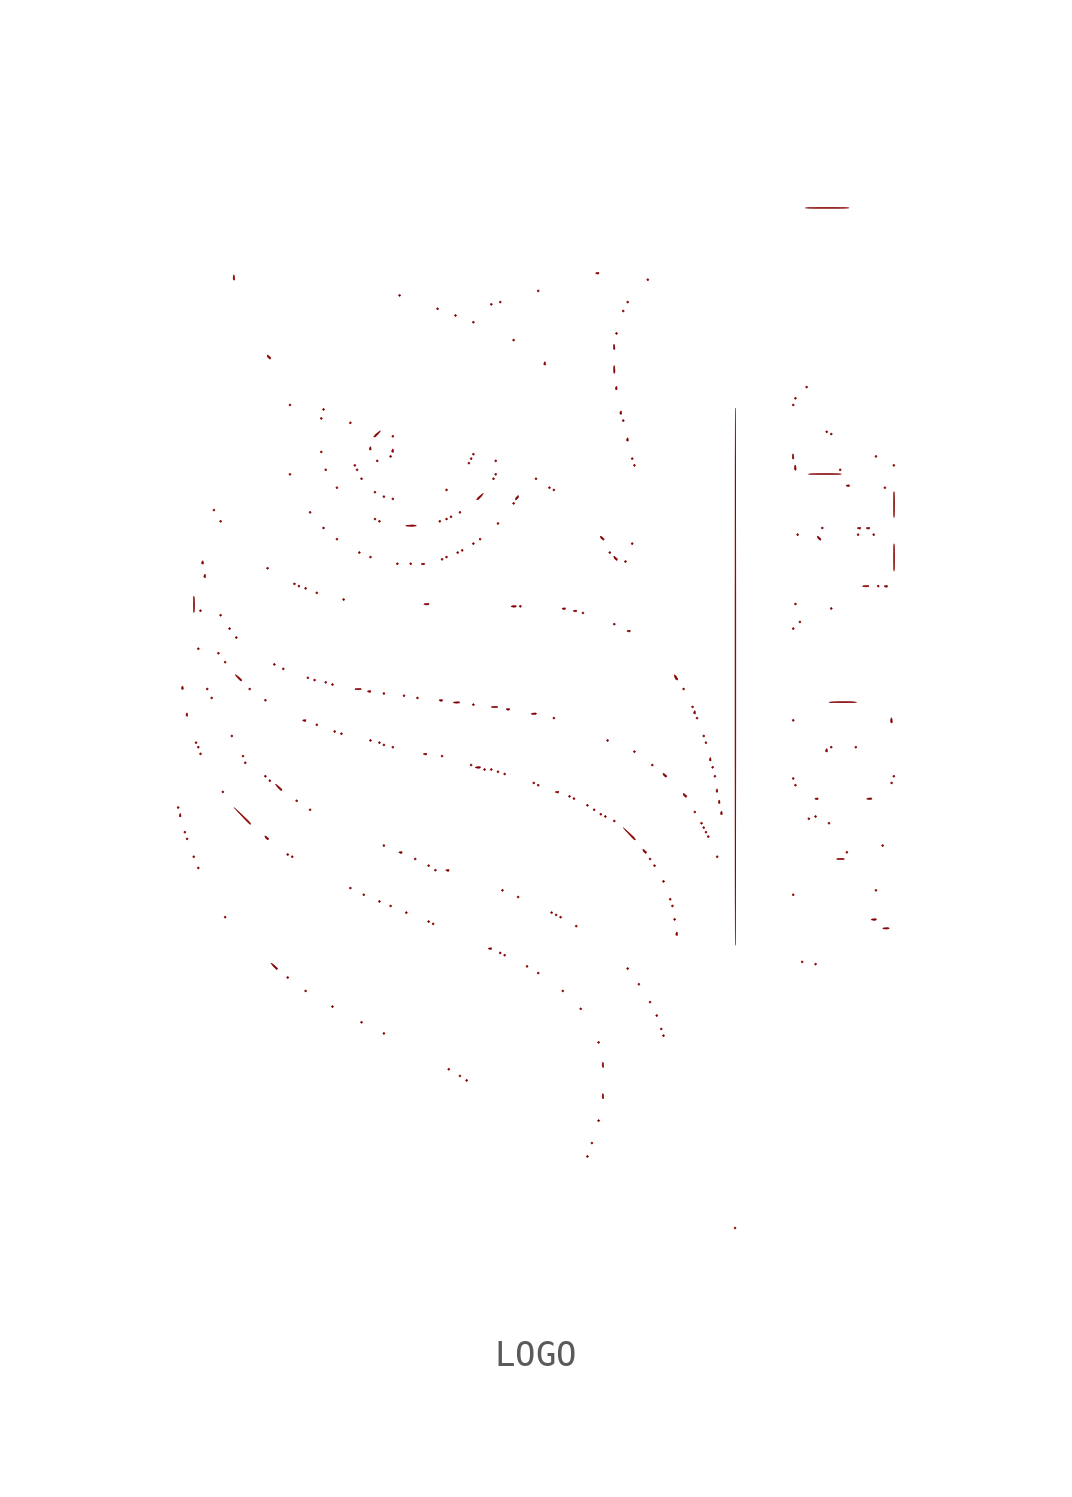
<source format=kicad_sym>
(kicad_symbol_lib
  (version 20220914)
  (generator "bitmap2component")
  (generator_version "9.0")
  (symbol "LOGO"
    (pin_names
      (offset 1.016))
    (property "Reference" "#G"
      (at 0 21.027 0)
      (effects (font (size 1.27 1.27)) hide))
    (symbol "LOGO_0_0"
      (polyline (pts (xy 4.587 -20.345) (xy 4.545 -20.303) (xy 4.502 -20.345) (xy 4.545 -20.388) (xy 4.587 -20.345)) (stroke (width 0.01) (type default)) (fill (type outline)))
      (polyline (pts (xy -1.019 -17.627) (xy -1.062 -17.585) (xy -1.104 -17.627) (xy -1.062 -17.669) (xy -1.019 -17.627)) (stroke (width 0.01) (type default)) (fill (type outline)))
      (polyline (pts (xy -0.85 -17.117) (xy -0.892 -17.075) (xy -0.934 -17.117) (xy -0.892 -17.16) (xy -0.85 -17.117)) (stroke (width 0.01) (type default)) (fill (type outline)))
      (polyline (pts (xy -0.595 -16.268) (xy -0.637 -16.225) (xy -0.68 -16.268) (xy -0.637 -16.31) (xy -0.595 -16.268)) (stroke (width 0.01) (type default)) (fill (type outline)))
      (polyline (pts (xy 4.558 -9.537) (xy 4.56 -9.312) (xy 4.562 -8.928) (xy 4.564 -8.38) (xy 4.566 -7.667) (xy 4.566 -7.524) (xy 4.57 -6.08) (xy 4.572 -4.503) (xy 4.574 -2.827) (xy 4.575 -1.085) (xy 4.575 0.688) (xy 4.575 2.46) (xy 4.574 4.196) (xy 4.572 5.863) (xy 4.569 7.428) (xy 4.566 8.856) (xy 4.566 8.92) (xy 4.564 9.62) (xy 4.562 10.154) (xy 4.56 10.525) (xy 4.558 10.738) (xy 4.556 10.794) (xy 4.554 10.698) (xy 4.553 10.454) (xy 4.551 10.064) (xy 4.55 9.533) (xy 4.548 8.863) (xy 4.547 8.058) (xy 4.546 7.122) (xy 4.545 6.059) (xy 4.545 4.87) (xy 4.544 3.561) (xy 4.544 2.135) (xy 4.544 0.595) (xy 4.544 0.466) (xy 4.544 -1.065) (xy 4.544 -2.482) (xy 4.545 -3.781) (xy 4.545 -4.96) (xy 4.546 -6.013) (xy 4.547 -6.939) (xy 4.548 -7.732) (xy 4.55 -8.391) (xy 4.551 -8.911) (xy 4.553 -9.29) (xy 4.554 -9.522) (xy 4.556 -9.606) (xy 4.558 -9.537)) (stroke (width 0.01) (type default)) (fill (type outline)))
      (polyline (pts (xy -0.442 -15.408) (xy -0.452 -15.275) (xy -0.482 -15.236) (xy -0.503 -15.326) (xy -0.497 -15.412) (xy -0.458 -15.438) (xy -0.442 -15.408)) (stroke (width 0.01) (type default)) (fill (type outline)))
      (polyline (pts (xy -5.607 -14.739) (xy -5.649 -14.696) (xy -5.692 -14.739) (xy -5.649 -14.781) (xy -5.607 -14.739)) (stroke (width 0.01) (type default)) (fill (type outline)))
      (polyline (pts (xy -5.862 -14.569) (xy -5.904 -14.526) (xy -5.947 -14.569) (xy -5.904 -14.611) (xy -5.862 -14.569)) (stroke (width 0.01) (type default)) (fill (type outline)))
      (polyline (pts (xy -6.286 -14.314) (xy -6.329 -14.271) (xy -6.371 -14.314) (xy -6.329 -14.357) (xy -6.286 -14.314)) (stroke (width 0.01) (type default)) (fill (type outline)))
      (polyline (pts (xy -0.442 -14.219) (xy -0.452 -14.086) (xy -0.482 -14.046) (xy -0.503 -14.137) (xy -0.497 -14.223) (xy -0.458 -14.248) (xy -0.442 -14.219)) (stroke (width 0.01) (type default)) (fill (type outline)))
      (polyline (pts (xy -0.595 -13.295) (xy -0.637 -13.252) (xy -0.68 -13.295) (xy -0.637 -13.337) (xy -0.595 -13.295)) (stroke (width 0.01) (type default)) (fill (type outline)))
      (polyline (pts (xy 1.869 -13.04) (xy 1.826 -12.997) (xy 1.784 -13.04) (xy 1.826 -13.082) (xy 1.869 -13.04)) (stroke (width 0.01) (type default)) (fill (type outline)))
      (polyline (pts (xy -8.75 -12.955) (xy -8.792 -12.912) (xy -8.835 -12.955) (xy -8.792 -12.997) (xy -8.75 -12.955)) (stroke (width 0.01) (type default)) (fill (type outline)))
      (polyline (pts (xy 1.784 -12.785) (xy 1.741 -12.742) (xy 1.699 -12.785) (xy 1.741 -12.827) (xy 1.784 -12.785)) (stroke (width 0.01) (type default)) (fill (type outline)))
      (polyline (pts (xy -9.599 -12.53) (xy -9.642 -12.488) (xy -9.684 -12.53) (xy -9.642 -12.572) (xy -9.599 -12.53)) (stroke (width 0.01) (type default)) (fill (type outline)))
      (polyline (pts (xy 1.614 -12.275) (xy 1.571 -12.233) (xy 1.529 -12.275) (xy 1.571 -12.318) (xy 1.614 -12.275)) (stroke (width 0.01) (type default)) (fill (type outline)))
      (polyline (pts (xy -1.274 -12.02) (xy -1.317 -11.978) (xy -1.359 -12.02) (xy -1.317 -12.063) (xy -1.274 -12.02)) (stroke (width 0.01) (type default)) (fill (type outline)))
      (polyline (pts (xy -10.704 -11.935) (xy -10.746 -11.893) (xy -10.789 -11.935) (xy -10.746 -11.978) (xy -10.704 -11.935)) (stroke (width 0.01) (type default)) (fill (type outline)))
      (polyline (pts (xy 1.359 -11.765) (xy 1.317 -11.723) (xy 1.274 -11.765) (xy 1.317 -11.808) (xy 1.359 -11.765)) (stroke (width 0.01) (type default)) (fill (type outline)))
      (polyline (pts (xy -11.723 -11.341) (xy -11.766 -11.298) (xy -11.808 -11.341) (xy -11.766 -11.383) (xy -11.723 -11.341)) (stroke (width 0.01) (type default)) (fill (type outline)))
      (polyline (pts (xy -1.954 -11.341) (xy -1.996 -11.298) (xy -2.039 -11.341) (xy -1.996 -11.383) (xy -1.954 -11.341)) (stroke (width 0.01) (type default)) (fill (type outline)))
      (polyline (pts (xy 0.934 -11.086) (xy 0.892 -11.043) (xy 0.85 -11.086) (xy 0.892 -11.128) (xy 0.934 -11.086)) (stroke (width 0.01) (type default)) (fill (type outline)))
      (polyline (pts (xy -12.403 -10.831) (xy -12.445 -10.789) (xy -12.488 -10.831) (xy -12.445 -10.873) (xy -12.403 -10.831)) (stroke (width 0.01) (type default)) (fill (type outline)))
      (polyline (pts (xy -2.888 -10.661) (xy -2.931 -10.619) (xy -2.973 -10.661) (xy -2.931 -10.704) (xy -2.888 -10.661)) (stroke (width 0.01) (type default)) (fill (type outline)))
      (polyline (pts (xy -12.828 -10.502) (xy -12.858 -10.458) (xy -12.976 -10.353) (xy -13.038 -10.306) (xy -13.082 -10.284) (xy -13.008 -10.385) (xy -12.982 -10.418) (xy -12.869 -10.527) (xy -12.828 -10.502)) (stroke (width 0.01) (type default)) (fill (type outline)))
      (polyline (pts (xy 0.51 -10.491) (xy 0.467 -10.449) (xy 0.425 -10.491) (xy 0.467 -10.534) (xy 0.51 -10.491)) (stroke (width 0.01) (type default)) (fill (type outline)))
      (polyline (pts (xy -3.313 -10.406) (xy -3.356 -10.364) (xy -3.398 -10.406) (xy -3.356 -10.449) (xy -3.313 -10.406)) (stroke (width 0.01) (type default)) (fill (type outline)))
      (polyline (pts (xy 7.645 -10.321) (xy 7.603 -10.279) (xy 7.561 -10.321) (xy 7.603 -10.364) (xy 7.645 -10.321)) (stroke (width 0.01) (type default)) (fill (type outline)))
      (polyline (pts (xy 7.136 -10.236) (xy 7.093 -10.194) (xy 7.051 -10.236) (xy 7.093 -10.279) (xy 7.136 -10.236)) (stroke (width 0.01) (type default)) (fill (type outline)))
      (polyline (pts (xy -4.163 -9.982) (xy -4.205 -9.939) (xy -4.247 -9.982) (xy -4.205 -10.024) (xy -4.163 -9.982)) (stroke (width 0.01) (type default)) (fill (type outline)))
      (polyline (pts (xy -4.332 -9.897) (xy -4.375 -9.854) (xy -4.417 -9.897) (xy -4.375 -9.939) (xy -4.332 -9.897)) (stroke (width 0.01) (type default)) (fill (type outline)))
      (polyline (pts (xy -4.712 -9.763) (xy -4.701 -9.713) (xy -4.713 -9.702) (xy -4.814 -9.713) (xy -4.827 -9.738) (xy -4.757 -9.769) (xy -4.712 -9.763)) (stroke (width 0.01) (type default)) (fill (type outline)))
      (polyline (pts (xy 2.36 -9.219) (xy 2.35 -9.118) (xy 2.325 -9.105) (xy 2.294 -9.175) (xy 2.3 -9.22) (xy 2.35 -9.231) (xy 2.36 -9.219)) (stroke (width 0.01) (type default)) (fill (type outline)))
      (polyline (pts (xy 10.396 -8.979) (xy 10.385 -8.948) (xy 10.347 -8.937) (xy 10.173 -8.948) (xy 10.158 -8.978) (xy 10.279 -8.991) (xy 10.396 -8.979)) (stroke (width 0.01) (type default)) (fill (type outline)))
      (polyline (pts (xy -1.444 -8.877) (xy -1.487 -8.835) (xy -1.529 -8.877) (xy -1.487 -8.92) (xy -1.444 -8.877)) (stroke (width 0.01) (type default)) (fill (type outline)))
      (polyline (pts (xy -6.881 -8.792) (xy -6.923 -8.75) (xy -6.966 -8.792) (xy -6.923 -8.835) (xy -6.881 -8.792)) (stroke (width 0.01) (type default)) (fill (type outline)))
      (polyline (pts (xy -7.051 -8.707) (xy -7.093 -8.665) (xy -7.136 -8.707) (xy -7.093 -8.75) (xy -7.051 -8.707)) (stroke (width 0.01) (type default)) (fill (type outline)))
      (polyline (pts (xy 2.294 -8.622) (xy 2.251 -8.58) (xy 2.209 -8.622) (xy 2.251 -8.665) (xy 2.294 -8.622)) (stroke (width 0.01) (type default)) (fill (type outline)))
      (polyline (pts (xy 9.891 -8.652) (xy 9.916 -8.614) (xy 9.886 -8.597) (xy 9.753 -8.607) (xy 9.714 -8.637) (xy 9.805 -8.658) (xy 9.891 -8.652)) (stroke (width 0.01) (type default)) (fill (type outline)))
      (polyline (pts (xy -14.781 -8.537) (xy -14.824 -8.495) (xy -14.866 -8.537) (xy -14.824 -8.58) (xy -14.781 -8.537)) (stroke (width 0.01) (type default)) (fill (type outline)))
      (polyline (pts (xy -2.039 -8.537) (xy -2.081 -8.495) (xy -2.124 -8.537) (xy -2.081 -8.58) (xy -2.039 -8.537)) (stroke (width 0.01) (type default)) (fill (type outline)))
      (polyline (pts (xy -2.209 -8.453) (xy -2.251 -8.41) (xy -2.294 -8.453) (xy -2.251 -8.495) (xy -2.209 -8.453)) (stroke (width 0.01) (type default)) (fill (type outline)))
      (polyline (pts (xy -7.9 -8.367) (xy -7.943 -8.325) (xy -7.985 -8.367) (xy -7.943 -8.41) (xy -7.9 -8.367)) (stroke (width 0.01) (type default)) (fill (type outline)))
      (polyline (pts (xy -2.379 -8.367) (xy -2.421 -8.325) (xy -2.464 -8.367) (xy -2.421 -8.41) (xy -2.379 -8.367)) (stroke (width 0.01) (type default)) (fill (type outline)))
      (polyline (pts (xy -8.495 -8.113) (xy -8.537 -8.07) (xy -8.58 -8.113) (xy -8.537 -8.155) (xy -8.495 -8.113)) (stroke (width 0.01) (type default)) (fill (type outline)))
      (polyline (pts (xy 2.209 -8.113) (xy 2.166 -8.07) (xy 2.124 -8.113) (xy 2.166 -8.155) (xy 2.209 -8.113)) (stroke (width 0.01) (type default)) (fill (type outline)))
      (polyline (pts (xy -8.92 -7.943) (xy -8.962 -7.9) (xy -9.005 -7.943) (xy -8.962 -7.985) (xy -8.92 -7.943)) (stroke (width 0.01) (type default)) (fill (type outline)))
      (polyline (pts (xy 2.124 -7.858) (xy 2.081 -7.815) (xy 2.039 -7.858) (xy 2.081 -7.9) (xy 2.124 -7.858)) (stroke (width 0.01) (type default)) (fill (type outline)))
      (polyline (pts (xy -3.653 -7.773) (xy -3.695 -7.73) (xy -3.738 -7.773) (xy -3.695 -7.815) (xy -3.653 -7.773)) (stroke (width 0.01) (type default)) (fill (type outline)))
      (polyline (pts (xy -9.514 -7.688) (xy -9.557 -7.645) (xy -9.599 -7.688) (xy -9.557 -7.73) (xy -9.514 -7.688)) (stroke (width 0.01) (type default)) (fill (type outline)))
      (polyline (pts (xy 6.796 -7.688) (xy 6.753 -7.645) (xy 6.711 -7.688) (xy 6.753 -7.73) (xy 6.796 -7.688)) (stroke (width 0.01) (type default)) (fill (type outline)))
      (polyline (pts (xy -4.247 -7.518) (xy -4.29 -7.476) (xy -4.332 -7.518) (xy -4.29 -7.561) (xy -4.247 -7.518)) (stroke (width 0.01) (type default)) (fill (type outline)))
      (polyline (pts (xy 9.939 -7.518) (xy 9.897 -7.476) (xy 9.854 -7.518) (xy 9.897 -7.561) (xy 9.939 -7.518)) (stroke (width 0.01) (type default)) (fill (type outline)))
      (polyline (pts (xy -10.024 -7.433) (xy -10.067 -7.391) (xy -10.109 -7.433) (xy -10.067 -7.476) (xy -10.024 -7.433)) (stroke (width 0.01) (type default)) (fill (type outline)))
      (polyline (pts (xy 1.869 -7.178) (xy 1.826 -7.136) (xy 1.784 -7.178) (xy 1.826 -7.221) (xy 1.869 -7.178)) (stroke (width 0.01) (type default)) (fill (type outline)))
      (polyline (pts (xy -6.796 -6.753) (xy -6.838 -6.711) (xy -6.881 -6.753) (xy -6.838 -6.796) (xy -6.796 -6.753)) (stroke (width 0.01) (type default)) (fill (type outline)))
      (polyline (pts (xy -6.326 -6.79) (xy -6.315 -6.739) (xy -6.327 -6.729) (xy -6.428 -6.739) (xy -6.441 -6.765) (xy -6.371 -6.796) (xy -6.326 -6.79)) (stroke (width 0.01) (type default)) (fill (type outline)))
      (polyline (pts (xy -15.801 -6.668) (xy -15.843 -6.626) (xy -15.886 -6.668) (xy -15.843 -6.711) (xy -15.801 -6.668)) (stroke (width 0.01) (type default)) (fill (type outline)))
      (polyline (pts (xy -7.051 -6.584) (xy -7.093 -6.541) (xy -7.136 -6.584) (xy -7.093 -6.626) (xy -7.051 -6.584)) (stroke (width 0.01) (type default)) (fill (type outline)))
      (polyline (pts (xy 1.529 -6.584) (xy 1.487 -6.541) (xy 1.444 -6.584) (xy 1.487 -6.626) (xy 1.529 -6.584)) (stroke (width 0.01) (type default)) (fill (type outline)))
      (polyline (pts (xy -7.561 -6.329) (xy -7.603 -6.286) (xy -7.646 -6.329) (xy -7.603 -6.371) (xy -7.561 -6.329)) (stroke (width 0.01) (type default)) (fill (type outline)))
      (polyline (pts (xy 1.359 -6.329) (xy 1.317 -6.286) (xy 1.274 -6.329) (xy 1.317 -6.371) (xy 1.359 -6.329)) (stroke (width 0.01) (type default)) (fill (type outline)))
      (polyline (pts (xy 8.691 -6.343) (xy 8.688 -6.316) (xy 8.618 -6.3) (xy 8.433 -6.312) (xy 8.418 -6.316) (xy 8.406 -6.342) (xy 8.537 -6.355) (xy 8.557 -6.355) (xy 8.691 -6.343)) (stroke (width 0.01) (type default)) (fill (type outline)))
      (polyline (pts (xy -15.971 -6.244) (xy -16.013 -6.201) (xy -16.056 -6.244) (xy -16.013 -6.286) (xy -15.971 -6.244)) (stroke (width 0.01) (type default)) (fill (type outline)))
      (polyline (pts (xy -12.233 -6.244) (xy -12.275 -6.201) (xy -12.318 -6.244) (xy -12.275 -6.286) (xy -12.233 -6.244)) (stroke (width 0.01) (type default)) (fill (type outline)))
      (polyline (pts (xy 3.908 -6.244) (xy 3.865 -6.201) (xy 3.823 -6.244) (xy 3.865 -6.286) (xy 3.908 -6.244)) (stroke (width 0.01) (type default)) (fill (type outline)))
      (polyline (pts (xy -12.403 -6.159) (xy -12.445 -6.116) (xy -12.488 -6.159) (xy -12.445 -6.201) (xy -12.403 -6.159)) (stroke (width 0.01) (type default)) (fill (type outline)))
      (polyline (pts (xy -8.11 -6.11) (xy -8.099 -6.06) (xy -8.111 -6.05) (xy -8.212 -6.06) (xy -8.225 -6.085) (xy -8.155 -6.116) (xy -8.11 -6.11)) (stroke (width 0.01) (type default)) (fill (type outline)))
      (polyline (pts (xy 1.164 -6.115) (xy 1.182 -6.066) (xy 1.091 -5.981) (xy 1.044 -5.96) (xy 1.054 -6.018) (xy 1.08 -6.056) (xy 1.152 -6.116) (xy 1.164 -6.115)) (stroke (width 0.01) (type default)) (fill (type outline)))
      (polyline (pts (xy 8.835 -6.074) (xy 8.792 -6.031) (xy 8.75 -6.074) (xy 8.792 -6.116) (xy 8.835 -6.074)) (stroke (width 0.01) (type default)) (fill (type outline)))
      (polyline (pts (xy -8.75 -5.819) (xy -8.792 -5.777) (xy -8.835 -5.819) (xy -8.792 -5.862) (xy -8.75 -5.819)) (stroke (width 0.01) (type default)) (fill (type outline)))
      (polyline (pts (xy 10.194 -5.819) (xy 10.152 -5.777) (xy 10.109 -5.819) (xy 10.152 -5.862) (xy 10.194 -5.819)) (stroke (width 0.01) (type default)) (fill (type outline)))
      (polyline (pts (xy -16.226 -5.564) (xy -16.268 -5.522) (xy -16.31 -5.564) (xy -16.268 -5.607) (xy -16.226 -5.564)) (stroke (width 0.01) (type default)) (fill (type outline)))
      (polyline (pts (xy -13.167 -5.569) (xy -13.175 -5.55) (xy -13.265 -5.471) (xy -13.313 -5.45) (xy -13.303 -5.509) (xy -13.291 -5.526) (xy -13.208 -5.604) (xy -13.167 -5.569)) (stroke (width 0.01) (type default)) (fill (type outline)))
      (polyline (pts (xy 0.763 -5.592) (xy 0.708 -5.511) (xy 0.531 -5.345) (xy 0.297 -5.139) (xy 0.503 -5.373) (xy 0.535 -5.409) (xy 0.668 -5.55) (xy 0.737 -5.607) (xy 0.763 -5.592)) (stroke (width 0.01) (type default)) (fill (type outline)))
      (polyline (pts (xy 3.568 -5.479) (xy 3.525 -5.437) (xy 3.483 -5.479) (xy 3.525 -5.522) (xy 3.568 -5.479)) (stroke (width 0.01) (type default)) (fill (type outline)))
      (polyline (pts (xy -16.31 -5.309) (xy -16.353 -5.267) (xy -16.395 -5.309) (xy -16.353 -5.352) (xy -16.31 -5.309)) (stroke (width 0.01) (type default)) (fill (type outline)))
      (polyline (pts (xy 3.483 -5.309) (xy 3.44 -5.267) (xy 3.398 -5.309) (xy 3.44 -5.352) (xy 3.483 -5.309)) (stroke (width 0.01) (type default)) (fill (type outline)))
      (polyline (pts (xy 3.398 -5.139) (xy 3.356 -5.097) (xy 3.313 -5.139) (xy 3.356 -5.182) (xy 3.398 -5.139)) (stroke (width 0.01) (type default)) (fill (type outline)))
      (polyline (pts (xy -13.858 -5.01) (xy -13.861 -4.971) (xy -13.958 -4.863) (xy -14.165 -4.668) (xy -14.484 -4.375) (xy -14.191 -4.693) (xy -14.083 -4.81) (xy -13.94 -4.955) (xy -13.873 -5.012) (xy -13.858 -5.01)) (stroke (width 0.01) (type default)) (fill (type outline)))
      (polyline (pts (xy 3.313 -4.97) (xy 3.271 -4.927) (xy 3.228 -4.97) (xy 3.271 -5.012) (xy 3.313 -4.97)) (stroke (width 0.01) (type default)) (fill (type outline)))
      (polyline (pts (xy 8.155 -4.97) (xy 8.113 -4.927) (xy 8.07 -4.97) (xy 8.113 -5.012) (xy 8.155 -4.97)) (stroke (width 0.01) (type default)) (fill (type outline)))
      (polyline (pts (xy 0 -4.885) (xy -0.043 -4.842) (xy -0.085 -4.885) (xy -0.043 -4.927) (xy 0 -4.885)) (stroke (width 0.01) (type default)) (fill (type outline)))
      (polyline (pts (xy 7.391 -4.8) (xy 7.348 -4.757) (xy 7.306 -4.8) (xy 7.348 -4.842) (xy 7.391 -4.8)) (stroke (width 0.01) (type default)) (fill (type outline)))
      (polyline (pts (xy -16.498 -4.716) (xy -16.509 -4.616) (xy -16.534 -4.602) (xy -16.565 -4.672) (xy -16.559 -4.717) (xy -16.509 -4.729) (xy -16.498 -4.716)) (stroke (width 0.01) (type default)) (fill (type outline)))
      (polyline (pts (xy -0.34 -4.715) (xy -0.382 -4.672) (xy -0.425 -4.715) (xy -0.382 -4.757) (xy -0.34 -4.715)) (stroke (width 0.01) (type default)) (fill (type outline)))
      (polyline (pts (xy 7.645 -4.715) (xy 7.603 -4.672) (xy 7.561 -4.715) (xy 7.603 -4.757) (xy 7.645 -4.715)) (stroke (width 0.01) (type default)) (fill (type outline)))
      (polyline (pts (xy -0.51 -4.63) (xy -0.552 -4.587) (xy -0.595 -4.63) (xy -0.552 -4.672) (xy -0.51 -4.63)) (stroke (width 0.01) (type default)) (fill (type outline)))
      (polyline (pts (xy 4.059 -4.631) (xy 4.049 -4.531) (xy 4.024 -4.517) (xy 3.993 -4.587) (xy 3.999 -4.632) (xy 4.049 -4.644) (xy 4.059 -4.631)) (stroke (width 0.01) (type default)) (fill (type outline)))
      (polyline (pts (xy 3.058 -4.545) (xy 3.016 -4.502) (xy 2.973 -4.545) (xy 3.016 -4.587) (xy 3.058 -4.545)) (stroke (width 0.01) (type default)) (fill (type outline)))
      (polyline (pts (xy -11.553 -4.46) (xy -11.596 -4.417) (xy -11.638 -4.46) (xy -11.596 -4.502) (xy -11.553 -4.46)) (stroke (width 0.01) (type default)) (fill (type outline)))
      (polyline (pts (xy -0.765 -4.46) (xy -0.807 -4.417) (xy -0.85 -4.46) (xy -0.807 -4.502) (xy -0.765 -4.46)) (stroke (width 0.01) (type default)) (fill (type outline)))
      (polyline (pts (xy -16.565 -4.375) (xy -16.608 -4.332) (xy -16.65 -4.375) (xy -16.608 -4.417) (xy -16.565 -4.375)) (stroke (width 0.01) (type default)) (fill (type outline)))
      (polyline (pts (xy -1.019 -4.29) (xy -1.062 -4.247) (xy -1.104 -4.29) (xy -1.062 -4.332) (xy -1.019 -4.29)) (stroke (width 0.01) (type default)) (fill (type outline)))
      (polyline (pts (xy 3.974 -4.207) (xy 3.964 -4.106) (xy 3.939 -4.093) (xy 3.908 -4.162) (xy 3.914 -4.207) (xy 3.964 -4.219) (xy 3.974 -4.207)) (stroke (width 0.01) (type default)) (fill (type outline)))
      (polyline (pts (xy -12.063 -4.12) (xy -12.105 -4.077) (xy -12.148 -4.12) (xy -12.105 -4.162) (xy -12.063 -4.12)) (stroke (width 0.01) (type default)) (fill (type outline)))
      (polyline (pts (xy -1.529 -4.035) (xy -1.572 -3.993) (xy -1.614 -4.035) (xy -1.572 -4.077) (xy -1.529 -4.035)) (stroke (width 0.01) (type default)) (fill (type outline)))
      (polyline (pts (xy 7.69 -4.071) (xy 7.702 -4.021) (xy 7.69 -4.011) (xy 7.589 -4.021) (xy 7.575 -4.046) (xy 7.645 -4.077) (xy 7.69 -4.071)) (stroke (width 0.01) (type default)) (fill (type outline)))
      (polyline (pts (xy 9.721 -4.065) (xy 9.746 -4.026) (xy 9.716 -4.009) (xy 9.583 -4.019) (xy 9.544 -4.05) (xy 9.635 -4.071) (xy 9.721 -4.065)) (stroke (width 0.01) (type default)) (fill (type outline)))
      (polyline (pts (xy -1.699 -3.95) (xy -1.742 -3.908) (xy -1.784 -3.95) (xy -1.742 -3.993) (xy -1.699 -3.95)) (stroke (width 0.01) (type default)) (fill (type outline)))
      (polyline (pts (xy 2.718 -3.955) (xy 2.711 -3.936) (xy 2.62 -3.857) (xy 2.573 -3.836) (xy 2.583 -3.894) (xy 2.594 -3.912) (xy 2.678 -3.99) (xy 2.718 -3.955)) (stroke (width 0.01) (type default)) (fill (type outline)))
      (polyline (pts (xy -14.866 -3.78) (xy -14.909 -3.738) (xy -14.951 -3.78) (xy -14.909 -3.823) (xy -14.866 -3.78)) (stroke (width 0.01) (type default)) (fill (type outline)))
      (polyline (pts (xy -2.164 -3.817) (xy -2.152 -3.766) (xy -2.165 -3.756) (xy -2.265 -3.766) (xy -2.279 -3.792) (xy -2.209 -3.823) (xy -2.164 -3.817)) (stroke (width 0.01) (type default)) (fill (type outline)))
      (polyline (pts (xy 3.889 -3.782) (xy 3.879 -3.681) (xy 3.854 -3.668) (xy 3.823 -3.738) (xy 3.829 -3.783) (xy 3.879 -3.794) (xy 3.889 -3.782)) (stroke (width 0.01) (type default)) (fill (type outline)))
      (polyline (pts (xy -12.658 -3.706) (xy -12.689 -3.662) (xy -12.806 -3.557) (xy -12.868 -3.51) (xy -12.912 -3.489) (xy -12.838 -3.589) (xy -12.812 -3.622) (xy -12.699 -3.731) (xy -12.658 -3.706)) (stroke (width 0.01) (type default)) (fill (type outline)))
      (polyline (pts (xy -2.888 -3.525) (xy -2.931 -3.483) (xy -2.973 -3.525) (xy -2.931 -3.568) (xy -2.888 -3.525)) (stroke (width 0.01) (type default)) (fill (type outline)))
      (polyline (pts (xy 6.881 -3.525) (xy 6.838 -3.483) (xy 6.796 -3.525) (xy 6.838 -3.568) (xy 6.881 -3.525)) (stroke (width 0.01) (type default)) (fill (type outline)))
      (polyline (pts (xy -3.058 -3.44) (xy -3.101 -3.398) (xy -3.143 -3.44) (xy -3.101 -3.483) (xy -3.058 -3.44)) (stroke (width 0.01) (type default)) (fill (type outline)))
      (polyline (pts (xy 10.534 -3.44) (xy 10.491 -3.398) (xy 10.449 -3.44) (xy 10.491 -3.483) (xy 10.534 -3.44)) (stroke (width 0.01) (type default)) (fill (type outline)))
      (polyline (pts (xy -13.082 -3.356) (xy -13.125 -3.313) (xy -13.167 -3.356) (xy -13.125 -3.398) (xy -13.082 -3.356)) (stroke (width 0.01) (type default)) (fill (type outline)))
      (polyline (pts (xy 6.796 -3.271) (xy 6.753 -3.228) (xy 6.711 -3.271) (xy 6.753 -3.313) (xy 6.796 -3.271)) (stroke (width 0.01) (type default)) (fill (type outline)))
      (polyline (pts (xy -13.252 -3.186) (xy -13.295 -3.143) (xy -13.337 -3.186) (xy -13.295 -3.228) (xy -13.252 -3.186)) (stroke (width 0.01) (type default)) (fill (type outline)))
      (polyline (pts (xy 1.954 -3.191) (xy 1.946 -3.171) (xy 1.856 -3.092) (xy 1.808 -3.072) (xy 1.818 -3.13) (xy 1.83 -3.147) (xy 1.913 -3.225) (xy 1.954 -3.191)) (stroke (width 0.01) (type default)) (fill (type outline)))
      (polyline (pts (xy 3.823 -3.186) (xy 3.78 -3.143) (xy 3.738 -3.186) (xy 3.78 -3.228) (xy 3.823 -3.186)) (stroke (width 0.01) (type default)) (fill (type outline)))
      (polyline (pts (xy 10.619 -3.186) (xy 10.576 -3.143) (xy 10.534 -3.186) (xy 10.576 -3.228) (xy 10.619 -3.186)) (stroke (width 0.01) (type default)) (fill (type outline)))
      (polyline (pts (xy -4.163 -3.101) (xy -4.205 -3.058) (xy -4.247 -3.101) (xy -4.205 -3.143) (xy -4.163 -3.101)) (stroke (width 0.01) (type default)) (fill (type outline)))
      (polyline (pts (xy -4.417 -3.016) (xy -4.46 -2.973) (xy -4.502 -3.016) (xy -4.46 -3.058) (xy -4.417 -3.016)) (stroke (width 0.01) (type default)) (fill (type outline)))
      (polyline (pts (xy -4.927 -2.931) (xy -4.97 -2.888) (xy -5.012 -2.931) (xy -4.97 -2.973) (xy -4.927 -2.931)) (stroke (width 0.01) (type default)) (fill (type outline)))
      (polyline (pts (xy -4.672 -2.931) (xy -4.715 -2.888) (xy -4.757 -2.931) (xy -4.715 -2.973) (xy -4.672 -2.931)) (stroke (width 0.01) (type default)) (fill (type outline)))
      (polyline (pts (xy -5.145 -2.876) (xy -5.12 -2.837) (xy -5.15 -2.82) (xy -5.283 -2.83) (xy -5.322 -2.861) (xy -5.231 -2.881) (xy -5.145 -2.876)) (stroke (width 0.01) (type default)) (fill (type outline)))
      (polyline (pts (xy 3.738 -2.846) (xy 3.695 -2.803) (xy 3.653 -2.846) (xy 3.695 -2.888) (xy 3.738 -2.846)) (stroke (width 0.01) (type default)) (fill (type outline)))
      (polyline (pts (xy -5.437 -2.761) (xy -5.479 -2.718) (xy -5.522 -2.761) (xy -5.479 -2.803) (xy -5.437 -2.761)) (stroke (width 0.01) (type default)) (fill (type outline)))
      (polyline (pts (xy 1.444 -2.761) (xy 1.402 -2.718) (xy 1.359 -2.761) (xy 1.402 -2.803) (xy 1.444 -2.761)) (stroke (width 0.01) (type default)) (fill (type outline)))
      (polyline (pts (xy -14.017 -2.676) (xy -14.059 -2.633) (xy -14.102 -2.676) (xy -14.059 -2.718) (xy -14.017 -2.676)) (stroke (width 0.01) (type default)) (fill (type outline)))
      (polyline (pts (xy 3.635 -2.593) (xy 3.624 -2.492) (xy 3.599 -2.478) (xy 3.568 -2.549) (xy 3.574 -2.593) (xy 3.624 -2.605) (xy 3.635 -2.593)) (stroke (width 0.01) (type default)) (fill (type outline)))
      (polyline (pts (xy -14.102 -2.421) (xy -14.144 -2.379) (xy -14.187 -2.421) (xy -14.144 -2.463) (xy -14.102 -2.421)) (stroke (width 0.01) (type default)) (fill (type outline)))
      (polyline (pts (xy -6.541 -2.421) (xy -6.584 -2.379) (xy -6.626 -2.421) (xy -6.584 -2.463) (xy -6.541 -2.421)) (stroke (width 0.01) (type default)) (fill (type outline)))
      (polyline (pts (xy -15.716 -2.336) (xy -15.758 -2.294) (xy -15.801 -2.336) (xy -15.758 -2.379) (xy -15.716 -2.336)) (stroke (width 0.01) (type default)) (fill (type outline)))
      (polyline (pts (xy -7.176 -2.372) (xy -7.164 -2.322) (xy -7.177 -2.312) (xy -7.277 -2.322) (xy -7.291 -2.348) (xy -7.221 -2.379) (xy -7.176 -2.372)) (stroke (width 0.01) (type default)) (fill (type outline)))
      (polyline (pts (xy 0.764 -2.251) (xy 0.722 -2.209) (xy 0.68 -2.251) (xy 0.722 -2.294) (xy 0.764 -2.251)) (stroke (width 0.01) (type default)) (fill (type outline)))
      (polyline (pts (xy 8.052 -2.253) (xy 8.042 -2.152) (xy 8.016 -2.139) (xy 7.985 -2.209) (xy 7.991 -2.254) (xy 8.042 -2.265) (xy 8.052 -2.253)) (stroke (width 0.01) (type default)) (fill (type outline)))
      (polyline (pts (xy -15.801 -2.081) (xy -15.843 -2.039) (xy -15.886 -2.081) (xy -15.843 -2.124) (xy -15.801 -2.081)) (stroke (width 0.01) (type default)) (fill (type outline)))
      (polyline (pts (xy -8.41 -2.081) (xy -8.453 -2.039) (xy -8.495 -2.081) (xy -8.453 -2.124) (xy -8.41 -2.081)) (stroke (width 0.01) (type default)) (fill (type outline)))
      (polyline (pts (xy 8.24 -2.081) (xy 8.198 -2.039) (xy 8.155 -2.081) (xy 8.198 -2.124) (xy 8.24 -2.081)) (stroke (width 0.01) (type default)) (fill (type outline)))
      (polyline (pts (xy 9.175 -2.081) (xy 9.132 -2.039) (xy 9.09 -2.081) (xy 9.132 -2.124) (xy 9.175 -2.081)) (stroke (width 0.01) (type default)) (fill (type outline)))
      (polyline (pts (xy -8.75 -1.996) (xy -8.792 -1.954) (xy -8.835 -1.996) (xy -8.792 -2.039) (xy -8.75 -1.996)) (stroke (width 0.01) (type default)) (fill (type outline)))
      (polyline (pts (xy -15.886 -1.911) (xy -15.928 -1.869) (xy -15.971 -1.911) (xy -15.928 -1.954) (xy -15.886 -1.911)) (stroke (width 0.01) (type default)) (fill (type outline)))
      (polyline (pts (xy -8.92 -1.911) (xy -8.962 -1.869) (xy -9.005 -1.911) (xy -8.962 -1.954) (xy -8.92 -1.911)) (stroke (width 0.01) (type default)) (fill (type outline)))
      (polyline (pts (xy 3.483 -1.911) (xy 3.44 -1.869) (xy 3.398 -1.911) (xy 3.44 -1.954) (xy 3.483 -1.911)) (stroke (width 0.01) (type default)) (fill (type outline)))
      (polyline (pts (xy -9.26 -1.826) (xy -9.302 -1.784) (xy -9.345 -1.826) (xy -9.302 -1.869) (xy -9.26 -1.826)) (stroke (width 0.01) (type default)) (fill (type outline)))
      (polyline (pts (xy -0.255 -1.826) (xy -0.297 -1.784) (xy -0.34 -1.826) (xy -0.297 -1.869) (xy -0.255 -1.826)) (stroke (width 0.01) (type default)) (fill (type outline)))
      (polyline (pts (xy -14.527 -1.657) (xy -14.569 -1.614) (xy -14.611 -1.657) (xy -14.569 -1.699) (xy -14.527 -1.657)) (stroke (width 0.01) (type default)) (fill (type outline)))
      (polyline (pts (xy 3.398 -1.657) (xy 3.356 -1.614) (xy 3.313 -1.657) (xy 3.356 -1.699) (xy 3.398 -1.657)) (stroke (width 0.01) (type default)) (fill (type outline)))
      (polyline (pts (xy -10.364 -1.571) (xy -10.406 -1.529) (xy -10.449 -1.571) (xy -10.406 -1.614) (xy -10.364 -1.571)) (stroke (width 0.01) (type default)) (fill (type outline)))
      (polyline (pts (xy -10.619 -1.487) (xy -10.661 -1.444) (xy -10.704 -1.487) (xy -10.661 -1.529) (xy -10.619 -1.487)) (stroke (width 0.01) (type default)) (fill (type outline)))
      (polyline (pts (xy -11.298 -1.232) (xy -11.341 -1.189) (xy -11.383 -1.232) (xy -11.341 -1.274) (xy -11.298 -1.232)) (stroke (width 0.01) (type default)) (fill (type outline)))
      (polyline (pts (xy 10.517 -1.136) (xy 10.507 -1.003) (xy 10.476 -0.964) (xy 10.456 -1.055) (xy 10.461 -1.141) (xy 10.5 -1.166) (xy 10.517 -1.136)) (stroke (width 0.01) (type default)) (fill (type outline)))
      (polyline (pts (xy -11.763 -1.098) (xy -11.751 -1.048) (xy -11.764 -1.038) (xy -11.865 -1.048) (xy -11.878 -1.073) (xy -11.808 -1.104) (xy -11.763 -1.098)) (stroke (width 0.01) (type default)) (fill (type outline)))
      (polyline (pts (xy 6.796 -1.062) (xy 6.753 -1.019) (xy 6.711 -1.062) (xy 6.753 -1.104) (xy 6.796 -1.062)) (stroke (width 0.01) (type default)) (fill (type outline)))
      (polyline (pts (xy -2.294 -0.977) (xy -2.336 -0.934) (xy -2.379 -0.977) (xy -2.336 -1.019) (xy -2.294 -0.977)) (stroke (width 0.01) (type default)) (fill (type outline)))
      (polyline (pts (xy 3.143 -0.977) (xy 3.101 -0.934) (xy 3.058 -0.977) (xy 3.101 -1.019) (xy 3.143 -0.977)) (stroke (width 0.01) (type default)) (fill (type outline)))
      (polyline (pts (xy -16.244 -0.894) (xy -16.254 -0.793) (xy -16.279 -0.779) (xy -16.31 -0.85) (xy -16.304 -0.894) (xy -16.254 -0.906) (xy -16.244 -0.894)) (stroke (width 0.01) (type default)) (fill (type outline)))
      (polyline (pts (xy -3.022 -0.837) (xy -2.996 -0.798) (xy -3.026 -0.781) (xy -3.159 -0.791) (xy -3.198 -0.822) (xy -3.108 -0.843) (xy -3.022 -0.837)) (stroke (width 0.01) (type default)) (fill (type outline)))
      (polyline (pts (xy 3.04 -0.809) (xy 3.03 -0.708) (xy 3.004 -0.695) (xy 2.973 -0.764) (xy 2.979 -0.809) (xy 3.03 -0.821) (xy 3.04 -0.809)) (stroke (width 0.01) (type default)) (fill (type outline)))
      (polyline (pts (xy -4.033 -0.673) (xy -4.021 -0.623) (xy -4.034 -0.613) (xy -4.134 -0.623) (xy -4.148 -0.648) (xy -4.078 -0.68) (xy -4.033 -0.673)) (stroke (width 0.01) (type default)) (fill (type outline)))
      (polyline (pts (xy -4.471 -0.569) (xy -4.481 -0.538) (xy -4.52 -0.527) (xy -4.694 -0.538) (xy -4.708 -0.568) (xy -4.587 -0.581) (xy -4.471 -0.569)) (stroke (width 0.01) (type default)) (fill (type outline)))
      (polyline (pts (xy 2.973 -0.552) (xy 2.931 -0.51) (xy 2.888 -0.552) (xy 2.931 -0.595) (xy 2.973 -0.552)) (stroke (width 0.01) (type default)) (fill (type outline)))
      (polyline (pts (xy -5.352 -0.467) (xy -5.394 -0.425) (xy -5.437 -0.467) (xy -5.394 -0.51) (xy -5.352 -0.467)) (stroke (width 0.01) (type default)) (fill (type outline)))
      (polyline (pts (xy -5.915 -0.4) (xy -5.925 -0.368) (xy -5.964 -0.357) (xy -6.138 -0.368) (xy -6.152 -0.398) (xy -6.032 -0.411) (xy -5.915 -0.4)) (stroke (width 0.01) (type default)) (fill (type outline)))
      (polyline (pts (xy 8.894 -0.392) (xy 9.096 -0.385) (xy 9.16 -0.375) (xy 9.071 -0.362) (xy 8.95 -0.355) (xy 8.58 -0.349) (xy 8.222 -0.362) (xy 8.118 -0.373) (xy 8.148 -0.384) (xy 8.321 -0.391) (xy 8.622 -0.394) (xy 8.894 -0.392)) (stroke (width 0.01) (type default)) (fill (type outline)))
      (polyline (pts (xy -13.252 -0.297) (xy -13.295 -0.255) (xy -13.337 -0.297) (xy -13.295 -0.34) (xy -13.252 -0.297)) (stroke (width 0.01) (type default)) (fill (type outline)))
      (polyline (pts (xy -6.581 -0.334) (xy -6.569 -0.283) (xy -6.582 -0.273) (xy -6.683 -0.283) (xy -6.696 -0.309) (xy -6.626 -0.34) (xy -6.581 -0.334)) (stroke (width 0.01) (type default)) (fill (type outline)))
      (polyline (pts (xy -15.291 -0.212) (xy -15.334 -0.17) (xy -15.376 -0.212) (xy -15.334 -0.255) (xy -15.291 -0.212)) (stroke (width 0.01) (type default)) (fill (type outline)))
      (polyline (pts (xy -7.476 -0.212) (xy -7.518 -0.17) (xy -7.561 -0.212) (xy -7.518 -0.255) (xy -7.476 -0.212)) (stroke (width 0.01) (type default)) (fill (type outline)))
      (polyline (pts (xy -7.985 -0.127) (xy -8.028 -0.085) (xy -8.07 -0.127) (xy -8.028 -0.17) (xy -7.985 -0.127)) (stroke (width 0.01) (type default)) (fill (type outline)))
      (polyline (pts (xy -8.75 -0.042) (xy -8.792 0) (xy -8.835 -0.042) (xy -8.792 -0.085) (xy -8.75 -0.042)) (stroke (width 0.01) (type default)) (fill (type outline)))
      (polyline (pts (xy -9.3 0.006) (xy -9.288 0.057) (xy -9.3 0.067) (xy -9.401 0.057) (xy -9.414 0.031) (xy -9.345 0) (xy -9.3 0.006)) (stroke (width 0.01) (type default)) (fill (type outline)))
      (polyline (pts (xy -16.413 0.126) (xy -16.424 0.227) (xy -16.449 0.24) (xy -16.48 0.17) (xy -16.474 0.125) (xy -16.424 0.113) (xy -16.413 0.126)) (stroke (width 0.01) (type default)) (fill (type outline)))
      (polyline (pts (xy -15.461 0.128) (xy -15.503 0.17) (xy -15.546 0.128) (xy -15.503 0.085) (xy -15.461 0.128)) (stroke (width 0.01) (type default)) (fill (type outline)))
      (polyline (pts (xy -13.847 0.128) (xy -13.889 0.17) (xy -13.932 0.128) (xy -13.889 0.085) (xy -13.847 0.128)) (stroke (width 0.01) (type default)) (fill (type outline)))
      (polyline (pts (xy -9.652 0.11) (xy -9.663 0.141) (xy -9.701 0.152) (xy -9.876 0.141) (xy -9.89 0.112) (xy -9.769 0.098) (xy -9.652 0.11)) (stroke (width 0.01) (type default)) (fill (type outline)))
      (polyline (pts (xy 2.633 0.128) (xy 2.591 0.17) (xy 2.549 0.128) (xy 2.591 0.085) (xy 2.633 0.128)) (stroke (width 0.01) (type default)) (fill (type outline)))
      (polyline (pts (xy -10.704 0.297) (xy -10.746 0.34) (xy -10.789 0.297) (xy -10.746 0.255) (xy -10.704 0.297)) (stroke (width 0.01) (type default)) (fill (type outline)))
      (polyline (pts (xy -10.959 0.382) (xy -11.001 0.425) (xy -11.043 0.382) (xy -11.001 0.34) (xy -10.959 0.382)) (stroke (width 0.01) (type default)) (fill (type outline)))
      (polyline (pts (xy -14.187 0.457) (xy -14.218 0.501) (xy -14.335 0.606) (xy -14.397 0.653) (xy -14.441 0.674) (xy -14.367 0.574) (xy -14.341 0.541) (xy -14.228 0.431) (xy -14.187 0.457)) (stroke (width 0.01) (type default)) (fill (type outline)))
      (polyline (pts (xy -11.383 0.467) (xy -11.426 0.51) (xy -11.468 0.467) (xy -11.426 0.425) (xy -11.383 0.467)) (stroke (width 0.01) (type default)) (fill (type outline)))
      (polyline (pts (xy 2.371 0.506) (xy 2.304 0.617) (xy 2.293 0.628) (xy 2.231 0.669) (xy 2.257 0.57) (xy 2.299 0.49) (xy 2.362 0.465) (xy 2.371 0.506)) (stroke (width 0.01) (type default)) (fill (type outline)))
      (polyline (pts (xy -11.638 0.552) (xy -11.681 0.595) (xy -11.723 0.552) (xy -11.681 0.51) (xy -11.638 0.552)) (stroke (width 0.01) (type default)) (fill (type outline)))
      (polyline (pts (xy -12.573 0.892) (xy -12.615 0.934) (xy -12.658 0.892) (xy -12.615 0.85) (xy -12.573 0.892)) (stroke (width 0.01) (type default)) (fill (type outline)))
      (polyline (pts (xy -12.912 1.062) (xy -12.955 1.104) (xy -12.997 1.062) (xy -12.955 1.019) (xy -12.912 1.062)) (stroke (width 0.01) (type default)) (fill (type outline)))
      (polyline (pts (xy -14.781 1.147) (xy -14.824 1.189) (xy -14.866 1.147) (xy -14.824 1.104) (xy -14.781 1.147)) (stroke (width 0.01) (type default)) (fill (type outline)))
      (polyline (pts (xy -15.036 1.487) (xy -15.079 1.529) (xy -15.121 1.487) (xy -15.079 1.444) (xy -15.036 1.487)) (stroke (width 0.01) (type default)) (fill (type outline)))
      (polyline (pts (xy -15.801 1.657) (xy -15.843 1.699) (xy -15.886 1.657) (xy -15.843 1.614) (xy -15.801 1.657)) (stroke (width 0.01) (type default)) (fill (type outline)))
      (polyline (pts (xy -14.357 2.081) (xy -14.399 2.124) (xy -14.441 2.081) (xy -14.399 2.039) (xy -14.357 2.081)) (stroke (width 0.01) (type default)) (fill (type outline)))
      (polyline (pts (xy 0.555 2.3) (xy 0.566 2.35) (xy 0.554 2.361) (xy 0.453 2.35) (xy 0.44 2.325) (xy 0.51 2.294) (xy 0.555 2.3)) (stroke (width 0.01) (type default)) (fill (type outline)))
      (polyline (pts (xy -14.611 2.421) (xy -14.654 2.464) (xy -14.696 2.421) (xy -14.654 2.379) (xy -14.611 2.421)) (stroke (width 0.01) (type default)) (fill (type outline)))
      (polyline (pts (xy 6.796 2.421) (xy 6.753 2.464) (xy 6.711 2.421) (xy 6.753 2.379) (xy 6.796 2.421)) (stroke (width 0.01) (type default)) (fill (type outline)))
      (polyline (pts (xy 0 2.591) (xy -0.043 2.634) (xy -0.085 2.591) (xy -0.043 2.549) (xy 0 2.591)) (stroke (width 0.01) (type default)) (fill (type outline)))
      (polyline (pts (xy 7.051 2.676) (xy 7.008 2.718) (xy 6.966 2.676) (xy 7.008 2.634) (xy 7.051 2.676)) (stroke (width 0.01) (type default)) (fill (type outline)))
      (polyline (pts (xy -15.995 3.078) (xy -15.98 3.311) (xy -15.994 3.588) (xy -15.994 3.59) (xy -16.012 3.658) (xy -16.024 3.574) (xy -16.029 3.356) (xy -16.025 3.132) (xy -16.013 3.031) (xy -15.995 3.078)) (stroke (width 0.01) (type default)) (fill (type outline)))
      (polyline (pts (xy -14.951 2.931) (xy -14.994 2.973) (xy -15.036 2.931) (xy -14.994 2.888) (xy -14.951 2.931)) (stroke (width 0.01) (type default)) (fill (type outline)))
      (polyline (pts (xy -1.189 3.016) (xy -1.232 3.058) (xy -1.274 3.016) (xy -1.232 2.973) (xy -1.189 3.016)) (stroke (width 0.01) (type default)) (fill (type outline)))
      (polyline (pts (xy -15.716 3.101) (xy -15.758 3.143) (xy -15.801 3.101) (xy -15.758 3.058) (xy -15.716 3.101)) (stroke (width 0.01) (type default)) (fill (type outline)))
      (polyline (pts (xy -1.484 3.064) (xy -1.472 3.115) (xy -1.485 3.125) (xy -1.586 3.115) (xy -1.599 3.089) (xy -1.529 3.058) (xy -1.484 3.064)) (stroke (width 0.01) (type default)) (fill (type outline)))
      (polyline (pts (xy -1.909 3.149) (xy -1.897 3.2) (xy -1.91 3.21) (xy -2.01 3.2) (xy -2.024 3.174) (xy -1.954 3.143) (xy -1.909 3.149)) (stroke (width 0.01) (type default)) (fill (type outline)))
      (polyline (pts (xy 8.24 3.186) (xy 8.198 3.228) (xy 8.155 3.186) (xy 8.198 3.143) (xy 8.24 3.186)) (stroke (width 0.01) (type default)) (fill (type outline)))
      (polyline (pts (xy -3.786 3.241) (xy -3.761 3.28) (xy -3.791 3.296) (xy -3.924 3.286) (xy -3.963 3.256) (xy -3.872 3.235) (xy -3.786 3.241)) (stroke (width 0.01) (type default)) (fill (type outline)))
      (polyline (pts (xy -3.568 3.271) (xy -3.61 3.313) (xy -3.653 3.271) (xy -3.61 3.228) (xy -3.568 3.271)) (stroke (width 0.01) (type default)) (fill (type outline)))
      (polyline (pts (xy -7.099 3.326) (xy -7.074 3.364) (xy -7.104 3.381) (xy -7.237 3.371) (xy -7.276 3.341) (xy -7.185 3.32) (xy -7.099 3.326)) (stroke (width 0.01) (type default)) (fill (type outline)))
      (polyline (pts (xy 6.881 3.356) (xy 6.838 3.398) (xy 6.796 3.356) (xy 6.838 3.313) (xy 6.881 3.356)) (stroke (width 0.01) (type default)) (fill (type outline)))
      (polyline (pts (xy -10.279 3.526) (xy -10.321 3.568) (xy -10.364 3.526) (xy -10.321 3.483) (xy -10.279 3.526)) (stroke (width 0.01) (type default)) (fill (type outline)))
      (polyline (pts (xy -11.298 3.78) (xy -11.341 3.823) (xy -11.383 3.78) (xy -11.341 3.738) (xy -11.298 3.78)) (stroke (width 0.01) (type default)) (fill (type outline)))
      (polyline (pts (xy -11.723 3.95) (xy -11.766 3.993) (xy -11.808 3.95) (xy -11.766 3.908) (xy -11.723 3.95)) (stroke (width 0.01) (type default)) (fill (type outline)))
      (polyline (pts (xy -11.978 4.035) (xy -12.02 4.078) (xy -12.063 4.035) (xy -12.02 3.993) (xy -11.978 4.035)) (stroke (width 0.01) (type default)) (fill (type outline)))
      (polyline (pts (xy 9.631 4.018) (xy 9.62 4.049) (xy 9.582 4.06) (xy 9.408 4.049) (xy 9.394 4.019) (xy 9.514 4.006) (xy 9.631 4.018)) (stroke (width 0.01) (type default)) (fill (type outline)))
      (polyline (pts (xy 10.024 4.035) (xy 9.982 4.078) (xy 9.939 4.035) (xy 9.982 3.993) (xy 10.024 4.035)) (stroke (width 0.01) (type default)) (fill (type outline)))
      (polyline (pts (xy 10.324 3.999) (xy 10.335 4.049) (xy 10.323 4.059) (xy 10.222 4.049) (xy 10.209 4.024) (xy 10.279 3.993) (xy 10.324 3.999)) (stroke (width 0.01) (type default)) (fill (type outline)))
      (polyline (pts (xy -12.148 4.12) (xy -12.19 4.163) (xy -12.233 4.12) (xy -12.19 4.078) (xy -12.148 4.12)) (stroke (width 0.01) (type default)) (fill (type outline)))
      (polyline (pts (xy -15.564 4.373) (xy -15.574 4.474) (xy -15.6 4.487) (xy -15.631 4.417) (xy -15.625 4.372) (xy -15.574 4.361) (xy -15.564 4.373)) (stroke (width 0.01) (type default)) (fill (type outline)))
      (polyline (pts (xy 10.596 4.691) (xy 10.603 4.812) (xy 10.609 5.182) (xy 10.597 5.54) (xy 10.585 5.644) (xy 10.575 5.614) (xy 10.568 5.441) (xy 10.565 5.139) (xy 10.567 4.868) (xy 10.573 4.666) (xy 10.583 4.602) (xy 10.596 4.691)) (stroke (width 0.01) (type default)) (fill (type outline)))
      (polyline (pts (xy -13.167 4.715) (xy -13.21 4.757) (xy -13.252 4.715) (xy -13.21 4.672) (xy -13.167 4.715)) (stroke (width 0.01) (type default)) (fill (type outline)))
      (polyline (pts (xy -15.649 4.883) (xy -15.659 4.984) (xy -15.685 4.997) (xy -15.716 4.927) (xy -15.71 4.882) (xy -15.659 4.87) (xy -15.649 4.883)) (stroke (width 0.01) (type default)) (fill (type outline)))
      (polyline (pts (xy -8.24 4.885) (xy -8.283 4.927) (xy -8.325 4.885) (xy -8.283 4.842) (xy -8.24 4.885)) (stroke (width 0.01) (type default)) (fill (type outline)))
      (polyline (pts (xy -7.731 4.885) (xy -7.773 4.927) (xy -7.815 4.885) (xy -7.773 4.842) (xy -7.731 4.885)) (stroke (width 0.01) (type default)) (fill (type outline)))
      (polyline (pts (xy -7.261 4.848) (xy -7.249 4.899) (xy -7.261 4.909) (xy -7.362 4.899) (xy -7.376 4.873) (xy -7.306 4.842) (xy -7.261 4.848)) (stroke (width 0.01) (type default)) (fill (type outline)))
      (polyline (pts (xy 0.425 4.97) (xy 0.382 5.012) (xy 0.34 4.97) (xy 0.382 4.927) (xy 0.425 4.97)) (stroke (width 0.01) (type default)) (fill (type outline)))
      (polyline (pts (xy -6.541 5.055) (xy -6.584 5.097) (xy -6.626 5.055) (xy -6.584 5.012) (xy -6.541 5.055)) (stroke (width 0.01) (type default)) (fill (type outline)))
      (polyline (pts (xy 0.059 5.013) (xy 0.078 5.062) (xy -0.013 5.148) (xy -0.061 5.168) (xy -0.051 5.11) (xy -0.024 5.072) (xy 0.047 5.012) (xy 0.059 5.013)) (stroke (width 0.01) (type default)) (fill (type outline)))
      (polyline (pts (xy -9.26 5.139) (xy -9.302 5.182) (xy -9.345 5.139) (xy -9.302 5.097) (xy -9.26 5.139)) (stroke (width 0.01) (type default)) (fill (type outline)))
      (polyline (pts (xy -6.371 5.139) (xy -6.414 5.182) (xy -6.456 5.139) (xy -6.414 5.097) (xy -6.371 5.139)) (stroke (width 0.01) (type default)) (fill (type outline)))
      (polyline (pts (xy -9.684 5.309) (xy -9.727 5.352) (xy -9.769 5.309) (xy -9.727 5.267) (xy -9.684 5.309)) (stroke (width 0.01) (type default)) (fill (type outline)))
      (polyline (pts (xy -5.947 5.309) (xy -5.989 5.352) (xy -6.032 5.309) (xy -5.989 5.267) (xy -5.947 5.309)) (stroke (width 0.01) (type default)) (fill (type outline)))
      (polyline (pts (xy -0.17 5.309) (xy -0.212 5.352) (xy -0.255 5.309) (xy -0.212 5.267) (xy -0.17 5.309)) (stroke (width 0.01) (type default)) (fill (type outline)))
      (polyline (pts (xy -5.777 5.394) (xy -5.819 5.437) (xy -5.862 5.394) (xy -5.819 5.352) (xy -5.777 5.394)) (stroke (width 0.01) (type default)) (fill (type outline)))
      (polyline (pts (xy -5.352 5.649) (xy -5.394 5.692) (xy -5.437 5.649) (xy -5.394 5.607) (xy -5.352 5.649)) (stroke (width 0.01) (type default)) (fill (type outline)))
      (polyline (pts (xy 0.68 5.649) (xy 0.637 5.692) (xy 0.595 5.649) (xy 0.637 5.607) (xy 0.68 5.649)) (stroke (width 0.01) (type default)) (fill (type outline)))
      (polyline (pts (xy -10.534 5.819) (xy -10.576 5.862) (xy -10.619 5.819) (xy -10.576 5.777) (xy -10.534 5.819)) (stroke (width 0.01) (type default)) (fill (type outline)))
      (polyline (pts (xy -5.097 5.819) (xy -5.139 5.862) (xy -5.182 5.819) (xy -5.139 5.777) (xy -5.097 5.819)) (stroke (width 0.01) (type default)) (fill (type outline)))
      (polyline (pts (xy -0.425 5.814) (xy -0.432 5.833) (xy -0.523 5.912) (xy -0.57 5.933) (xy -0.56 5.875) (xy -0.549 5.857) (xy -0.465 5.779) (xy -0.425 5.814)) (stroke (width 0.01) (type default)) (fill (type outline)))
      (polyline (pts (xy 7.79 5.777) (xy 7.809 5.827) (xy 7.717 5.912) (xy 7.67 5.933) (xy 7.68 5.875) (xy 7.706 5.837) (xy 7.778 5.777) (xy 7.79 5.777)) (stroke (width 0.01) (type default)) (fill (type outline)))
      (polyline (pts (xy 6.966 5.989) (xy 6.923 6.032) (xy 6.881 5.989) (xy 6.923 5.947) (xy 6.966 5.989)) (stroke (width 0.01) (type default)) (fill (type outline)))
      (polyline (pts (xy 9.259 5.989) (xy 9.217 6.032) (xy 9.175 5.989) (xy 9.217 5.947) (xy 9.259 5.989)) (stroke (width 0.01) (type default)) (fill (type outline)))
      (polyline (pts (xy 9.854 5.989) (xy 9.812 6.032) (xy 9.769 5.989) (xy 9.812 5.947) (xy 9.854 5.989)) (stroke (width 0.01) (type default)) (fill (type outline)))
      (polyline (pts (xy -11.043 6.244) (xy -11.086 6.286) (xy -11.129 6.244) (xy -11.086 6.201) (xy -11.043 6.244)) (stroke (width 0.01) (type default)) (fill (type outline)))
      (polyline (pts (xy 7.9 6.244) (xy 7.858 6.286) (xy 7.815 6.244) (xy 7.858 6.201) (xy 7.9 6.244)) (stroke (width 0.01) (type default)) (fill (type outline)))
      (polyline (pts (xy 9.305 6.207) (xy 9.316 6.258) (xy 9.304 6.268) (xy 9.203 6.258) (xy 9.19 6.232) (xy 9.259 6.201) (xy 9.305 6.207)) (stroke (width 0.01) (type default)) (fill (type outline)))
      (polyline (pts (xy 9.644 6.207) (xy 9.656 6.258) (xy 9.643 6.268) (xy 9.543 6.258) (xy 9.529 6.232) (xy 9.599 6.201) (xy 9.644 6.207)) (stroke (width 0.01) (type default)) (fill (type outline)))
      (polyline (pts (xy -7.683 6.309) (xy -7.561 6.322) (xy -7.581 6.345) (xy -7.699 6.36) (xy -7.921 6.346) (xy -7.962 6.335) (xy -7.938 6.316) (xy -7.773 6.308) (xy -7.683 6.309)) (stroke (width 0.01) (type default)) (fill (type outline)))
      (polyline (pts (xy -4.417 6.414) (xy -4.46 6.456) (xy -4.502 6.414) (xy -4.46 6.371) (xy -4.417 6.414)) (stroke (width 0.01) (type default)) (fill (type outline)))
      (polyline (pts (xy 10.596 6.732) (xy 10.601 6.809) (xy 10.609 7.183) (xy 10.596 7.539) (xy 10.586 7.626) (xy 10.575 7.599) (xy 10.567 7.431) (xy 10.564 7.136) (xy 10.566 6.897) (xy 10.573 6.698) (xy 10.583 6.638) (xy 10.596 6.732)) (stroke (width 0.01) (type default)) (fill (type outline)))
      (polyline (pts (xy -14.951 6.499) (xy -14.994 6.541) (xy -15.036 6.499) (xy -14.994 6.456) (xy -14.951 6.499)) (stroke (width 0.01) (type default)) (fill (type outline)))
      (polyline (pts (xy -8.92 6.499) (xy -8.962 6.541) (xy -9.005 6.499) (xy -8.962 6.456) (xy -8.92 6.499)) (stroke (width 0.01) (type default)) (fill (type outline)))
      (polyline (pts (xy -6.626 6.499) (xy -6.669 6.541) (xy -6.711 6.499) (xy -6.669 6.456) (xy -6.626 6.499)) (stroke (width 0.01) (type default)) (fill (type outline)))
      (polyline (pts (xy -9.09 6.584) (xy -9.132 6.626) (xy -9.175 6.584) (xy -9.132 6.541) (xy -9.09 6.584)) (stroke (width 0.01) (type default)) (fill (type outline)))
      (polyline (pts (xy -6.371 6.584) (xy -6.414 6.626) (xy -6.456 6.584) (xy -6.414 6.541) (xy -6.371 6.584)) (stroke (width 0.01) (type default)) (fill (type outline)))
      (polyline (pts (xy -6.201 6.669) (xy -6.244 6.711) (xy -6.286 6.669) (xy -6.244 6.626) (xy -6.201 6.669)) (stroke (width 0.01) (type default)) (fill (type outline)))
      (polyline (pts (xy -11.553 6.838) (xy -11.596 6.881) (xy -11.638 6.838) (xy -11.596 6.796) (xy -11.553 6.838)) (stroke (width 0.01) (type default)) (fill (type outline)))
      (polyline (pts (xy -5.862 6.838) (xy -5.904 6.881) (xy -5.947 6.838) (xy -5.904 6.796) (xy -5.862 6.838)) (stroke (width 0.01) (type default)) (fill (type outline)))
      (polyline (pts (xy -15.206 6.923) (xy -15.248 6.966) (xy -15.291 6.923) (xy -15.248 6.881) (xy -15.206 6.923)) (stroke (width 0.01) (type default)) (fill (type outline)))
      (polyline (pts (xy -3.823 7.178) (xy -3.865 7.221) (xy -3.908 7.178) (xy -3.865 7.136) (xy -3.823 7.178)) (stroke (width 0.01) (type default)) (fill (type outline)))
      (polyline (pts (xy -8.41 7.348) (xy -8.453 7.391) (xy -8.495 7.348) (xy -8.453 7.306) (xy -8.41 7.348)) (stroke (width 0.01) (type default)) (fill (type outline)))
      (polyline (pts (xy -5.086 7.454) (xy -5.039 7.516) (xy -5.018 7.56) (xy -5.118 7.487) (xy -5.209 7.409) (xy -5.267 7.338) (xy -5.266 7.323) (xy -5.21 7.322) (xy -5.086 7.454)) (stroke (width 0.01) (type default)) (fill (type outline)))
      (polyline (pts (xy -3.775 7.31) (xy -3.695 7.391) (xy -3.679 7.421) (xy -3.685 7.476) (xy -3.7 7.472) (xy -3.78 7.391) (xy -3.796 7.361) (xy -3.79 7.306) (xy -3.775 7.31)) (stroke (width 0.01) (type default)) (fill (type outline)))
      (polyline (pts (xy -8.75 7.433) (xy -8.792 7.476) (xy -8.835 7.433) (xy -8.792 7.391) (xy -8.75 7.433)) (stroke (width 0.01) (type default)) (fill (type outline)))
      (polyline (pts (xy -9.09 7.603) (xy -9.132 7.646) (xy -9.175 7.603) (xy -9.132 7.561) (xy -9.09 7.603)) (stroke (width 0.01) (type default)) (fill (type outline)))
      (polyline (pts (xy -6.371 7.688) (xy -6.414 7.731) (xy -6.456 7.688) (xy -6.414 7.646) (xy -6.371 7.688)) (stroke (width 0.01) (type default)) (fill (type outline)))
      (polyline (pts (xy -2.294 7.688) (xy -2.336 7.731) (xy -2.379 7.688) (xy -2.336 7.646) (xy -2.294 7.688)) (stroke (width 0.01) (type default)) (fill (type outline)))
      (polyline (pts (xy -10.534 7.773) (xy -10.576 7.815) (xy -10.619 7.773) (xy -10.576 7.731) (xy -10.534 7.773)) (stroke (width 0.01) (type default)) (fill (type outline)))
      (polyline (pts (xy -2.464 7.773) (xy -2.506 7.815) (xy -2.549 7.773) (xy -2.506 7.731) (xy -2.464 7.773)) (stroke (width 0.01) (type default)) (fill (type outline)))
      (polyline (pts (xy 10.279 7.773) (xy 10.236 7.815) (xy 10.194 7.773) (xy 10.236 7.731) (xy 10.279 7.773)) (stroke (width 0.01) (type default)) (fill (type outline)))
      (polyline (pts (xy 8.88 7.822) (xy 8.891 7.872) (xy 8.879 7.882) (xy 8.778 7.872) (xy 8.765 7.846) (xy 8.835 7.815) (xy 8.88 7.822)) (stroke (width 0.01) (type default)) (fill (type outline)))
      (polyline (pts (xy -9.599 8.113) (xy -9.642 8.155) (xy -9.684 8.113) (xy -9.642 8.07) (xy -9.599 8.113)) (stroke (width 0.01) (type default)) (fill (type outline)))
      (polyline (pts (xy -4.587 8.113) (xy -4.63 8.155) (xy -4.672 8.113) (xy -4.63 8.07) (xy -4.587 8.113)) (stroke (width 0.01) (type default)) (fill (type outline)))
      (polyline (pts (xy -2.973 8.113) (xy -3.016 8.155) (xy -3.058 8.113) (xy -3.016 8.07) (xy -2.973 8.113)) (stroke (width 0.01) (type default)) (fill (type outline)))
      (polyline (pts (xy -12.318 8.283) (xy -12.36 8.325) (xy -12.403 8.283) (xy -12.36 8.24) (xy -12.318 8.283)) (stroke (width 0.01) (type default)) (fill (type outline)))
      (polyline (pts (xy -4.502 8.283) (xy -4.545 8.325) (xy -4.587 8.283) (xy -4.545 8.24) (xy -4.502 8.283)) (stroke (width 0.01) (type default)) (fill (type outline)))
      (polyline (pts (xy 8.032 8.273) (xy 8.347 8.276) (xy 8.535 8.282) (xy 8.584 8.292) (xy 8.477 8.303) (xy 8.264 8.312) (xy 7.848 8.315) (xy 7.458 8.303) (xy 7.411 8.3) (xy 7.327 8.29) (xy 7.397 8.281) (xy 7.606 8.275) (xy 7.943 8.273) (xy 8.032 8.273)) (stroke (width 0.01) (type default)) (fill (type outline)))
      (polyline (pts (xy -10.959 8.453) (xy -11.001 8.495) (xy -11.043 8.453) (xy -11.001 8.41) (xy -10.959 8.453)) (stroke (width 0.01) (type default)) (fill (type outline)))
      (polyline (pts (xy -9.769 8.453) (xy -9.812 8.495) (xy -9.854 8.453) (xy -9.812 8.41) (xy -9.769 8.453)) (stroke (width 0.01) (type default)) (fill (type outline)))
      (polyline (pts (xy 6.864 8.463) (xy 6.854 8.596) (xy 6.823 8.635) (xy 6.803 8.545) (xy 6.809 8.458) (xy 6.847 8.433) (xy 6.864 8.463)) (stroke (width 0.01) (type default)) (fill (type outline)))
      (polyline (pts (xy 8.58 8.453) (xy 8.537 8.495) (xy 8.495 8.453) (xy 8.537 8.41) (xy 8.58 8.453)) (stroke (width 0.01) (type default)) (fill (type outline)))
      (polyline (pts (xy -9.854 8.623) (xy -9.897 8.665) (xy -9.939 8.623) (xy -9.897 8.58) (xy -9.854 8.623)) (stroke (width 0.01) (type default)) (fill (type outline)))
      (polyline (pts (xy 0.764 8.623) (xy 0.722 8.665) (xy 0.68 8.623) (xy 0.722 8.58) (xy 0.764 8.623)) (stroke (width 0.01) (type default)) (fill (type outline)))
      (polyline (pts (xy 10.619 8.623) (xy 10.576 8.665) (xy 10.534 8.623) (xy 10.576 8.58) (xy 10.619 8.623)) (stroke (width 0.01) (type default)) (fill (type outline)))
      (polyline (pts (xy -5.522 8.707) (xy -5.564 8.75) (xy -5.607 8.707) (xy -5.564 8.665) (xy -5.522 8.707)) (stroke (width 0.01) (type default)) (fill (type outline)))
      (polyline (pts (xy -9.005 8.792) (xy -9.047 8.835) (xy -9.09 8.792) (xy -9.047 8.75) (xy -9.005 8.792)) (stroke (width 0.01) (type default)) (fill (type outline)))
      (polyline (pts (xy -4.502 8.792) (xy -4.545 8.835) (xy -4.587 8.792) (xy -4.545 8.75) (xy -4.502 8.792)) (stroke (width 0.01) (type default)) (fill (type outline)))
      (polyline (pts (xy -5.437 8.877) (xy -5.479 8.92) (xy -5.522 8.877) (xy -5.479 8.835) (xy -5.437 8.877)) (stroke (width 0.01) (type default)) (fill (type outline)))
      (polyline (pts (xy 0.68 8.877) (xy 0.637 8.92) (xy 0.595 8.877) (xy 0.637 8.835) (xy 0.68 8.877)) (stroke (width 0.01) (type default)) (fill (type outline)))
      (polyline (pts (xy 6.779 8.888) (xy 6.769 9.021) (xy 6.738 9.06) (xy 6.718 8.969) (xy 6.724 8.883) (xy 6.762 8.858) (xy 6.779 8.888)) (stroke (width 0.01) (type default)) (fill (type outline)))
      (polyline (pts (xy -8.495 8.962) (xy -8.537 9.005) (xy -8.58 8.962) (xy -8.537 8.92) (xy -8.495 8.962)) (stroke (width 0.01) (type default)) (fill (type outline)))
      (polyline (pts (xy 9.939 8.962) (xy 9.897 9.005) (xy 9.854 8.962) (xy 9.897 8.92) (xy 9.939 8.962)) (stroke (width 0.01) (type default)) (fill (type outline)))
      (polyline (pts (xy -5.352 9.047) (xy -5.394 9.09) (xy -5.437 9.047) (xy -5.394 9.005) (xy -5.352 9.047)) (stroke (width 0.01) (type default)) (fill (type outline)))
      (polyline (pts (xy -11.129 9.132) (xy -11.171 9.175) (xy -11.213 9.132) (xy -11.171 9.09) (xy -11.129 9.132)) (stroke (width 0.01) (type default)) (fill (type outline)))
      (polyline (pts (xy -8.428 9.13) (xy -8.438 9.231) (xy -8.464 9.245) (xy -8.495 9.175) (xy -8.489 9.13) (xy -8.438 9.118) (xy -8.428 9.13)) (stroke (width 0.01) (type default)) (fill (type outline)))
      (polyline (pts (xy -9.278 9.215) (xy -9.288 9.316) (xy -9.313 9.329) (xy -9.345 9.26) (xy -9.338 9.215) (xy -9.288 9.203) (xy -9.278 9.215)) (stroke (width 0.01) (type default)) (fill (type outline)))
      (polyline (pts (xy 0.491 9.555) (xy 0.481 9.656) (xy 0.456 9.669) (xy 0.425 9.599) (xy 0.431 9.554) (xy 0.481 9.543) (xy 0.491 9.555)) (stroke (width 0.01) (type default)) (fill (type outline)))
      (polyline (pts (xy -8.994 9.833) (xy -8.946 9.895) (xy -8.925 9.938) (xy -9.026 9.865) (xy -9.117 9.787) (xy -9.175 9.716) (xy -9.173 9.701) (xy -9.118 9.701) (xy -8.994 9.833)) (stroke (width 0.01) (type default)) (fill (type outline)))
      (polyline (pts (xy -8.41 9.727) (xy -8.453 9.769) (xy -8.495 9.727) (xy -8.453 9.684) (xy -8.41 9.727)) (stroke (width 0.01) (type default)) (fill (type outline)))
      (polyline (pts (xy 8.24 9.812) (xy 8.198 9.854) (xy 8.155 9.812) (xy 8.198 9.769) (xy 8.24 9.812)) (stroke (width 0.01) (type default)) (fill (type outline)))
      (polyline (pts (xy 8.07 9.897) (xy 8.028 9.939) (xy 7.985 9.897) (xy 8.028 9.854) (xy 8.07 9.897)) (stroke (width 0.01) (type default)) (fill (type outline)))
      (polyline (pts (xy -10.024 10.236) (xy -10.067 10.279) (xy -10.109 10.236) (xy -10.067 10.194) (xy -10.024 10.236)) (stroke (width 0.01) (type default)) (fill (type outline)))
      (polyline (pts (xy 0.34 10.321) (xy 0.297 10.364) (xy 0.255 10.321) (xy 0.297 10.279) (xy 0.34 10.321)) (stroke (width 0.01) (type default)) (fill (type outline)))
      (polyline (pts (xy -11.129 10.406) (xy -11.171 10.449) (xy -11.213 10.406) (xy -11.171 10.364) (xy -11.129 10.406)) (stroke (width 0.01) (type default)) (fill (type outline)))
      (polyline (pts (xy 0.237 10.575) (xy 0.227 10.675) (xy 0.201 10.689) (xy 0.17 10.619) (xy 0.176 10.574) (xy 0.227 10.562) (xy 0.237 10.575)) (stroke (width 0.01) (type default)) (fill (type outline)))
      (polyline (pts (xy -11.043 10.746) (xy -11.086 10.789) (xy -11.129 10.746) (xy -11.086 10.704) (xy -11.043 10.746)) (stroke (width 0.01) (type default)) (fill (type outline)))
      (polyline (pts (xy -12.318 10.916) (xy -12.36 10.959) (xy -12.403 10.916) (xy -12.36 10.874) (xy -12.318 10.916)) (stroke (width 0.01) (type default)) (fill (type outline)))
      (polyline (pts (xy 6.796 10.916) (xy 6.753 10.959) (xy 6.711 10.916) (xy 6.753 10.874) (xy 6.796 10.916)) (stroke (width 0.01) (type default)) (fill (type outline)))
      (polyline (pts (xy 6.881 11.171) (xy 6.838 11.213) (xy 6.796 11.171) (xy 6.838 11.129) (xy 6.881 11.171)) (stroke (width 0.01) (type default)) (fill (type outline)))
      (polyline (pts (xy 0.067 11.509) (xy 0.057 11.61) (xy 0.031 11.623) (xy 0 11.553) (xy 0.006 11.508) (xy 0.057 11.497) (xy 0.067 11.509)) (stroke (width 0.01) (type default)) (fill (type outline)))
      (polyline (pts (xy 7.306 11.596) (xy 7.263 11.638) (xy 7.221 11.596) (xy 7.263 11.553) (xy 7.306 11.596)) (stroke (width 0.01) (type default)) (fill (type outline)))
      (polyline (pts (xy -0.029 12.125) (xy -0.014 12.195) (xy -0.026 12.38) (xy -0.03 12.395) (xy -0.056 12.407) (xy -0.068 12.275) (xy -0.069 12.255) (xy -0.057 12.122) (xy -0.029 12.125)) (stroke (width 0.01) (type default)) (fill (type outline)))
      (polyline (pts (xy -2.652 12.444) (xy -2.662 12.544) (xy -2.687 12.558) (xy -2.718 12.488) (xy -2.712 12.443) (xy -2.662 12.431) (xy -2.652 12.444)) (stroke (width 0.01) (type default)) (fill (type outline)))
      (polyline (pts (xy -13.108 12.658) (xy -13.089 12.708) (xy -13.18 12.793) (xy -13.228 12.814) (xy -13.218 12.756) (xy -13.192 12.718) (xy -13.12 12.658) (xy -13.108 12.658)) (stroke (width 0.01) (type default)) (fill (type outline)))
      (polyline (pts (xy -0.017 13.05) (xy -0.027 13.183) (xy -0.058 13.223) (xy -0.078 13.132) (xy -0.072 13.046) (xy -0.034 13.02) (xy -0.017 13.05)) (stroke (width 0.01) (type default)) (fill (type outline)))
      (polyline (pts (xy -3.823 13.38) (xy -3.865 13.422) (xy -3.908 13.38) (xy -3.865 13.337) (xy -3.823 13.38)) (stroke (width 0.01) (type default)) (fill (type outline)))
      (polyline (pts (xy 0.085 13.634) (xy 0.042 13.677) (xy 0 13.634) (xy 0.042 13.592) (xy 0.085 13.634)) (stroke (width 0.01) (type default)) (fill (type outline)))
      (polyline (pts (xy -5.352 14.059) (xy -5.394 14.102) (xy -5.437 14.059) (xy -5.394 14.017) (xy -5.352 14.059)) (stroke (width 0.01) (type default)) (fill (type outline)))
      (polyline (pts (xy -6.032 14.314) (xy -6.074 14.357) (xy -6.116 14.314) (xy -6.074 14.272) (xy -6.032 14.314)) (stroke (width 0.01) (type default)) (fill (type outline)))
      (polyline (pts (xy 0.34 14.484) (xy 0.297 14.527) (xy 0.255 14.484) (xy 0.297 14.441) (xy 0.34 14.484)) (stroke (width 0.01) (type default)) (fill (type outline)))
      (polyline (pts (xy -6.711 14.569) (xy -6.754 14.611) (xy -6.796 14.569) (xy -6.754 14.527) (xy -6.711 14.569)) (stroke (width 0.01) (type default)) (fill (type outline)))
      (polyline (pts (xy -4.672 14.739) (xy -4.715 14.781) (xy -4.757 14.739) (xy -4.715 14.696) (xy -4.672 14.739)) (stroke (width 0.01) (type default)) (fill (type outline)))
      (polyline (pts (xy -4.332 14.824) (xy -4.375 14.866) (xy -4.417 14.824) (xy -4.375 14.781) (xy -4.332 14.824)) (stroke (width 0.01) (type default)) (fill (type outline)))
      (polyline (pts (xy 0.51 14.824) (xy 0.467 14.866) (xy 0.425 14.824) (xy 0.467 14.781) (xy 0.51 14.824)) (stroke (width 0.01) (type default)) (fill (type outline)))
      (polyline (pts (xy -8.155 15.079) (xy -8.198 15.121) (xy -8.24 15.079) (xy -8.198 15.036) (xy -8.155 15.079)) (stroke (width 0.01) (type default)) (fill (type outline)))
      (polyline (pts (xy -2.888 15.248) (xy -2.931 15.291) (xy -2.973 15.248) (xy -2.931 15.206) (xy -2.888 15.248)) (stroke (width 0.01) (type default)) (fill (type outline)))
      (polyline (pts (xy -14.458 15.684) (xy -14.468 15.817) (xy -14.499 15.856) (xy -14.52 15.765) (xy -14.514 15.679) (xy -14.475 15.654) (xy -14.458 15.684)) (stroke (width 0.01) (type default)) (fill (type outline)))
      (polyline (pts (xy 1.274 15.673) (xy 1.232 15.716) (xy 1.189 15.673) (xy 1.232 15.631) (xy 1.274 15.673)) (stroke (width 0.01) (type default)) (fill (type outline)))
      (polyline (pts (xy -0.635 15.892) (xy -0.623 15.942) (xy -0.635 15.953) (xy -0.736 15.942) (xy -0.75 15.917) (xy -0.68 15.886) (xy -0.635 15.892)) (stroke (width 0.01) (type default)) (fill (type outline)))
      (polyline (pts (xy 8.392 18.385) (xy 8.687 18.389) (xy 8.851 18.395) (xy 8.87 18.403) (xy 8.733 18.412) (xy 8.311 18.423) (xy 7.821 18.423) (xy 7.373 18.413) (xy 7.227 18.404) (xy 7.217 18.396) (xy 7.355 18.39) (xy 7.629 18.385) (xy 8.028 18.384) (xy 8.392 18.385)) (stroke (width 0.01) (type default)) (fill (type outline))))))
</source>
